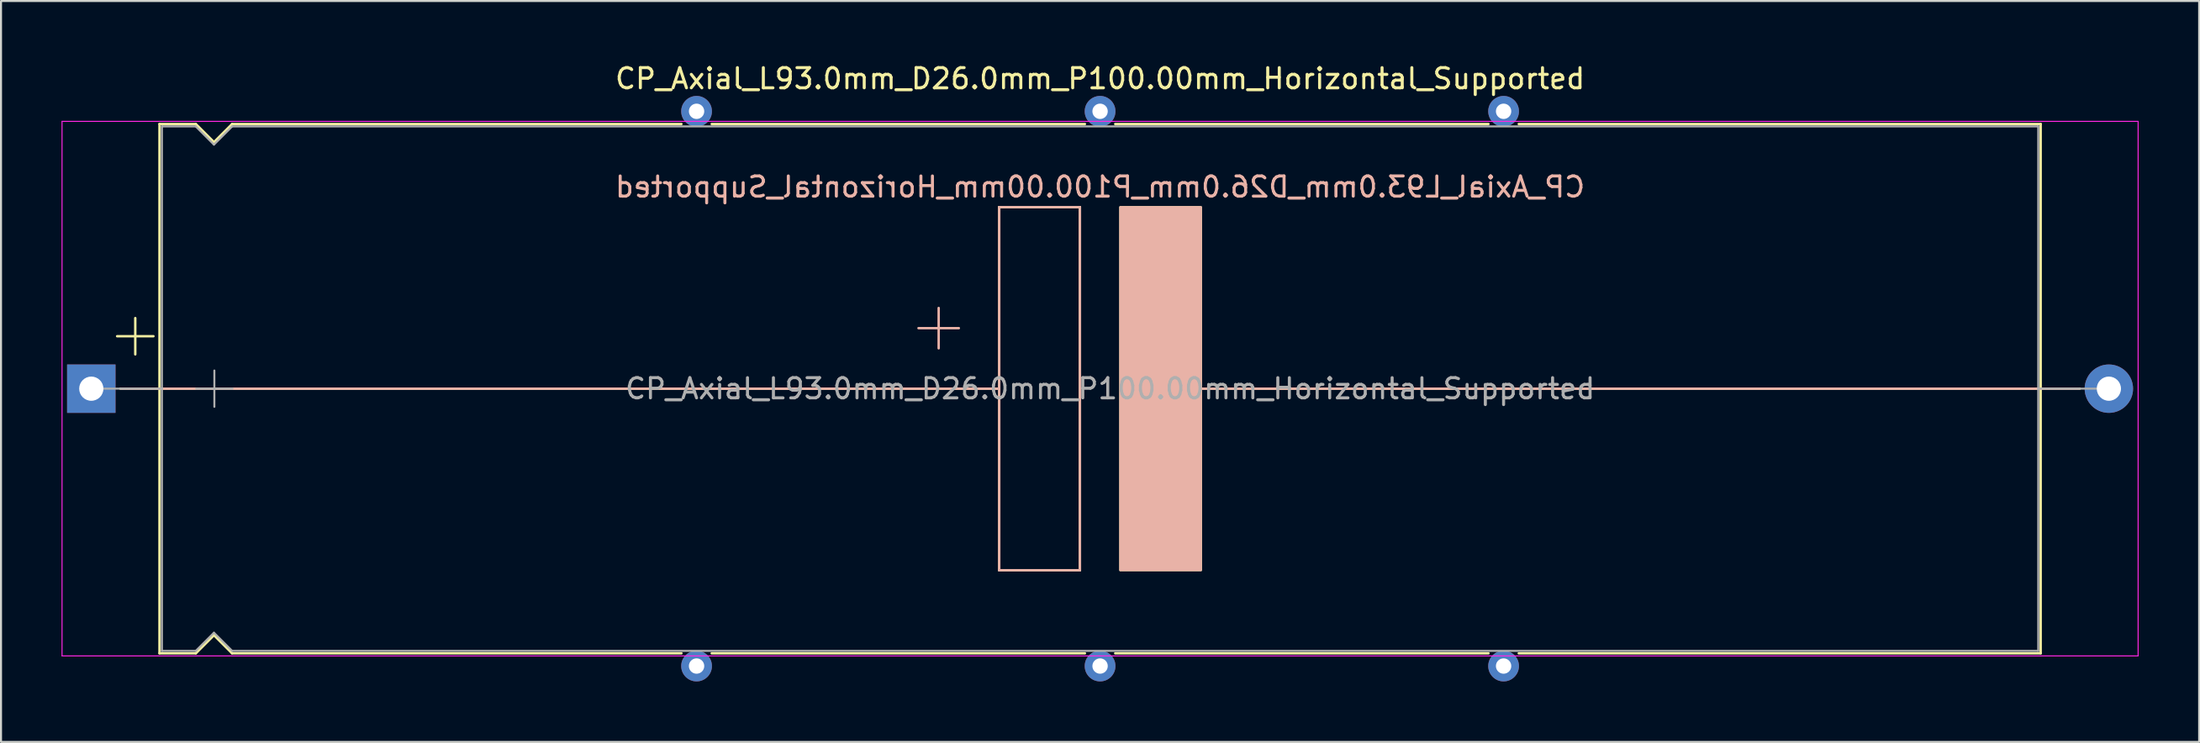
<source format=kicad_pcb>
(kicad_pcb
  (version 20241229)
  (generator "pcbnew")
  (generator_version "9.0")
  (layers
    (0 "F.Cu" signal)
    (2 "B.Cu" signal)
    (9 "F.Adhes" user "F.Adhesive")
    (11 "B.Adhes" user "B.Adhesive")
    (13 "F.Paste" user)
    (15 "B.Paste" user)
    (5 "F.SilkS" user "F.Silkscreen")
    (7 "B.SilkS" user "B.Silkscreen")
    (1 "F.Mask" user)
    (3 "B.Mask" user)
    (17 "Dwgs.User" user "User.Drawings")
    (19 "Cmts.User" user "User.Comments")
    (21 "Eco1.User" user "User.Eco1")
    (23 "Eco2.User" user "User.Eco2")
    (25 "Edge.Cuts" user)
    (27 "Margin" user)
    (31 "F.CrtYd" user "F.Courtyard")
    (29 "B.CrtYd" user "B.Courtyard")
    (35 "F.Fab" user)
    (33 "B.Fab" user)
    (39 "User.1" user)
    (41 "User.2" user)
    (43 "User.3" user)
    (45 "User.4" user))
  (footprint "CP_Axial_L93.0mm_D26.0mm_P100.00mm_Horizontal_Supported"
    (layer "F.Cu")
    (at 1.475 16.218)
    (property "Reference" "CP_Axial_L93.0mm_D26.0mm_P100.00mm_Horizontal_Supported" (at 50 -15.37 0) (layer "F.SilkS") (effects (font (size 1 1) (thickness 0.15))))
    (fp_line (start 1.28 -2.6) (end 3.08 -2.6) (stroke (width 0.12) (type solid)) (layer "F.SilkS"))
    (fp_line (start 1.44 0) (end 3.38 0) (stroke (width 0.12) (type solid)) (layer "F.SilkS"))
    (fp_line (start 2.18 -3.5) (end 2.18 -1.7) (stroke (width 0.12) (type solid)) (layer "F.SilkS"))
    (fp_line (start 3.38 -13.12) (end 3.38 13.12) (stroke (width 0.12) (type solid)) (layer "F.SilkS"))
    (fp_line (start 3.38 -13.12) (end 5.18 -13.12) (stroke (width 0.12) (type solid)) (layer "F.SilkS"))
    (fp_line (start 3.38 0) (end 45 0) (stroke (width 0.12) (type solid)) (layer "F.SilkS"))
    (fp_line (start 3.38 13.12) (end 5.18 13.12) (stroke (width 0.12) (type solid)) (layer "F.SilkS"))
    (fp_line (start 5.18 -13.12) (end 6.08 -12.22) (stroke (width 0.12) (type solid)) (layer "F.SilkS"))
    (fp_line (start 5.18 13.12) (end 6.08 12.22) (stroke (width 0.12) (type solid)) (layer "F.SilkS"))
    (fp_line (start 6.08 -12.22) (end 6.98 -13.12) (stroke (width 0.12) (type solid)) (layer "F.SilkS"))
    (fp_line (start 6.08 12.22) (end 6.98 13.12) (stroke (width 0.12) (type solid)) (layer "F.SilkS"))
    (fp_line (start 6.98 -13.12) (end 29.25 -13.12) (stroke (width 0.12) (type solid)) (layer "F.SilkS"))
    (fp_line (start 6.98 13.12) (end 29.25 13.12) (stroke (width 0.12) (type solid)) (layer "F.SilkS"))
    (fp_line (start 30.75 -13.12) (end 49.25 -13.12) (stroke (width 0.12) (type solid)) (layer "F.SilkS"))
    (fp_line (start 30.75 13.12) (end 49.25 13.12) (stroke (width 0.12) (type solid)) (layer "F.SilkS"))
    (fp_line (start 45 -9) (end 49 -9) (stroke (width 0.12) (type solid)) (layer "F.SilkS"))
    (fp_line (start 45 9) (end 45 -9) (stroke (width 0.12) (type solid)) (layer "F.SilkS"))
    (fp_line (start 49 -9) (end 49 9) (stroke (width 0.12) (type solid)) (layer "F.SilkS"))
    (fp_line (start 49 9) (end 45 9) (stroke (width 0.12) (type solid)) (layer "F.SilkS"))
    (fp_line (start 50.75 -13.12) (end 69.25 -13.12) (stroke (width 0.12) (type solid)) (layer "F.SilkS"))
    (fp_line (start 50.75 13.12) (end 69.25 13.12) (stroke (width 0.12) (type solid)) (layer "F.SilkS"))
    (fp_line (start 54.5 0) (end 96.62 0) (stroke (width 0.12) (type solid)) (layer "F.SilkS"))
    (fp_line (start 70.75 -13.12) (end 96.62 -13.12) (stroke (width 0.12) (type solid)) (layer "F.SilkS"))
    (fp_line (start 70.75 13.12) (end 96.62 13.12) (stroke (width 0.12) (type solid)) (layer "F.SilkS"))
    (fp_line (start 96.62 -13.12) (end 96.62 13.12) (stroke (width 0.12) (type solid)) (layer "F.SilkS"))
    (fp_line (start 98.56 0) (end 96.62 0) (stroke (width 0.12) (type solid)) (layer "F.SilkS"))
    (fp_poly (pts (xy 55 9) (xy 51 9) (xy 51 -9) (xy 55 -9)) (stroke (width 0.1) (type solid)) (fill yes) (layer "F.SilkS"))
    (fp_line (start 1.5 0) (end 16.88 0) (stroke (width 0.12) (type solid)) (layer "B.SilkS"))
    (fp_line (start 16.88 0) (end 45 0) (stroke (width 0.12) (type solid)) (layer "B.SilkS"))
    (fp_line (start 42 -2) (end 42 -4) (stroke (width 0.12) (type solid)) (layer "B.SilkS"))
    (fp_line (start 43 -3) (end 41 -3) (stroke (width 0.12) (type solid)) (layer "B.SilkS"))
    (fp_line (start 45 -9) (end 49 -9) (stroke (width 0.12) (type solid)) (layer "B.SilkS"))
    (fp_line (start 45 9) (end 45 -9) (stroke (width 0.12) (type solid)) (layer "B.SilkS"))
    (fp_line (start 49 -9) (end 49 9) (stroke (width 0.12) (type solid)) (layer "B.SilkS"))
    (fp_line (start 49 9) (end 45 9) (stroke (width 0.12) (type solid)) (layer "B.SilkS"))
    (fp_line (start 55 0) (end 84.12 0) (stroke (width 0.12) (type solid)) (layer "B.SilkS"))
    (fp_line (start 98.5 0) (end 84.12 0) (stroke (width 0.12) (type solid)) (layer "B.SilkS"))
    (fp_poly (pts (xy 55 9) (xy 51 9) (xy 51 -9) (xy 55 -9)) (stroke (width 0.1) (type solid)) (fill yes) (layer "B.SilkS"))
    (fp_line (start -1.45 -13.25) (end -1.45 13.25) (stroke (width 0.05) (type solid)) (layer "F.CrtYd"))
    (fp_line (start -1.45 13.25) (end 101.45 13.25) (stroke (width 0.05) (type solid)) (layer "F.CrtYd"))
    (fp_line (start 101.45 -13.25) (end -1.45 -13.25) (stroke (width 0.05) (type solid)) (layer "F.CrtYd"))
    (fp_line (start 101.45 13.25) (end 101.45 -13.25) (stroke (width 0.05) (type solid)) (layer "F.CrtYd"))
    (fp_line (start 0 0) (end 3.5 0) (stroke (width 0.1) (type solid)) (layer "F.Fab"))
    (fp_line (start 3.5 -13) (end 3.5 13) (stroke (width 0.1) (type solid)) (layer "F.Fab"))
    (fp_line (start 3.5 -13) (end 5.18 -13) (stroke (width 0.1) (type solid)) (layer "F.Fab"))
    (fp_line (start 3.5 13) (end 5.18 13) (stroke (width 0.1) (type solid)) (layer "F.Fab"))
    (fp_line (start 5.18 -13) (end 6.08 -12.1) (stroke (width 0.1) (type solid)) (layer "F.Fab"))
    (fp_line (start 5.18 13) (end 6.08 12.1) (stroke (width 0.1) (type solid)) (layer "F.Fab"))
    (fp_line (start 5.2 0) (end 7 0) (stroke (width 0.1) (type solid)) (layer "F.Fab"))
    (fp_line (start 6.08 -12.1) (end 6.98 -13) (stroke (width 0.1) (type solid)) (layer "F.Fab"))
    (fp_line (start 6.08 12.1) (end 6.98 13) (stroke (width 0.1) (type solid)) (layer "F.Fab"))
    (fp_line (start 6.1 -0.9) (end 6.1 0.9) (stroke (width 0.1) (type solid)) (layer "F.Fab"))
    (fp_line (start 6.98 -13) (end 96.5 -13) (stroke (width 0.1) (type solid)) (layer "F.Fab"))
    (fp_line (start 6.98 13) (end 96.5 13) (stroke (width 0.1) (type solid)) (layer "F.Fab"))
    (fp_line (start 96.5 -13) (end 96.5 13) (stroke (width 0.1) (type solid)) (layer "F.Fab"))
    (fp_line (start 100 0) (end 96.5 0) (stroke (width 0.1) (type solid)) (layer "F.Fab"))
    (fp_text user "${REFERENCE}" (at 50 -10 0) (layer "B.SilkS") (effects (font (size 1 1) (thickness 0.15)) (justify mirror)))
    (fp_text user "${REFERENCE}" (at 50.5 0 0) (layer "F.Fab") (effects (font (size 1 1) (thickness 0.15))))
    (pad "" thru_hole circle (at 30 -13.75) (size 1.524 1.524) (drill 0.762) (layers "*.Cu" "*.Mask"))
    (pad "" thru_hole circle (at 30 13.75) (size 1.524 1.524) (drill 0.762) (layers "*.Cu" "*.Mask"))
    (pad "" thru_hole circle (at 50 -13.75) (size 1.524 1.524) (drill 0.762) (layers "*.Cu" "*.Mask"))
    (pad "" thru_hole circle (at 50 13.75) (size 1.524 1.524) (drill 0.762) (layers "*.Cu" "*.Mask"))
    (pad "" thru_hole circle (at 70 -13.75) (size 1.524 1.524) (drill 0.762) (layers "*.Cu" "*.Mask"))
    (pad "" thru_hole circle (at 70 13.75) (size 1.524 1.524) (drill 0.762) (layers "*.Cu" "*.Mask"))
    (pad "1" thru_hole rect (at 0 0) (size 2.4 2.4) (drill 1.2) (layers "*.Cu" "*.Mask"))
    (pad "2" thru_hole oval (at 100 0) (size 2.4 2.4) (drill 1.2) (layers "*.Cu" "*.Mask")))
  (gr_rect
    (start -3 -3)
    (end 105.95 33.73)
    (stroke (width 0.1) (type default))
    (fill no)
    (layer "Edge.Cuts")))
</source>
